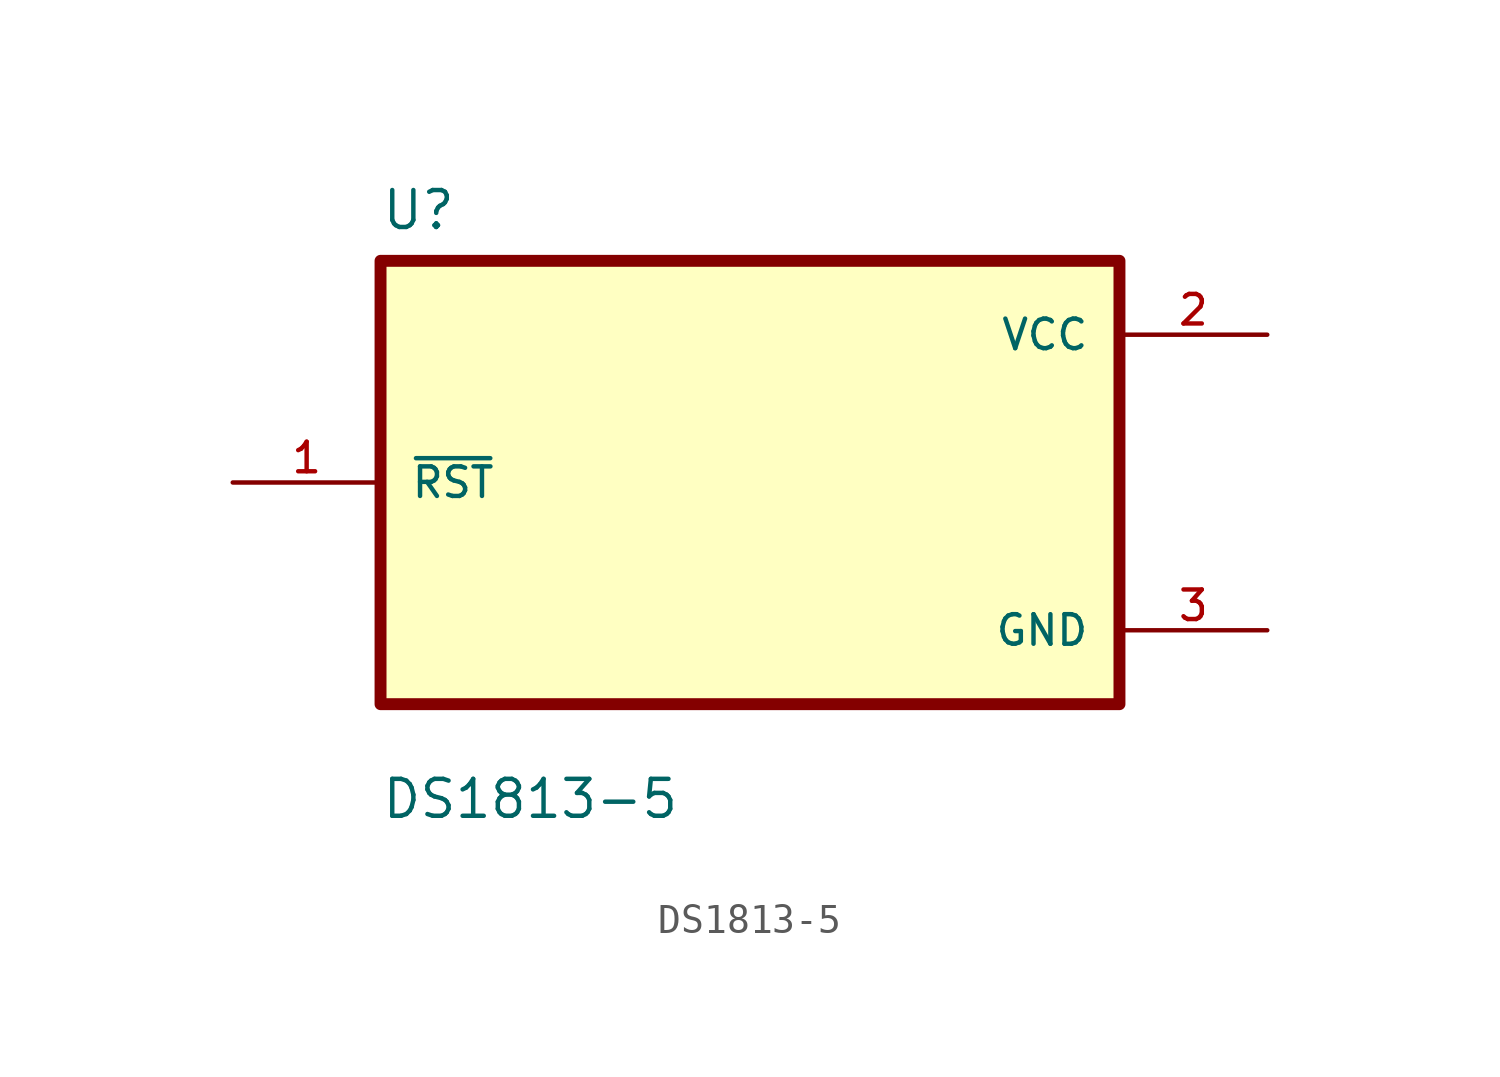
<source format=kicad_sym>
(kicad_symbol_lib
  (version 20211014)
  (generator kicad_symbol_editor)
  (symbol "DS1813-5"
    (pin_names
      (offset 1.016))
    (property "Reference" "U"
      (at -12.7 8.62 0.0)
      (effects (font (size 1.27 1.27)) (justify bottom left)))
    (property "Value" "DS1813-5"
      (at -12.7 -11.62 0.0)
      (effects (font (size 1.27 1.27)) (justify bottom left)))
    (symbol "DS1813-5_0_0"
      (rectangle (start -12.7 -7.62) (end 12.7 7.62) (stroke (width 0.41)) (fill (type background)))
      (pin bidirectional line (at -17.78 0.0 0) (length 5.08) (name "~{RST}" (effects (font (size 1.016 1.016)))) (number "1" (effects (font (size 1.016 1.016)))))
      (pin power_in line (at 17.78 5.08 180.0) (length 5.08) (name "VCC" (effects (font (size 1.016 1.016)))) (number "2" (effects (font (size 1.016 1.016)))))
      (pin power_in line (at 17.78 -5.08 180.0) (length 5.08) (name "GND" (effects (font (size 1.016 1.016)))) (number "3" (effects (font (size 1.016 1.016))))))))
</source>
